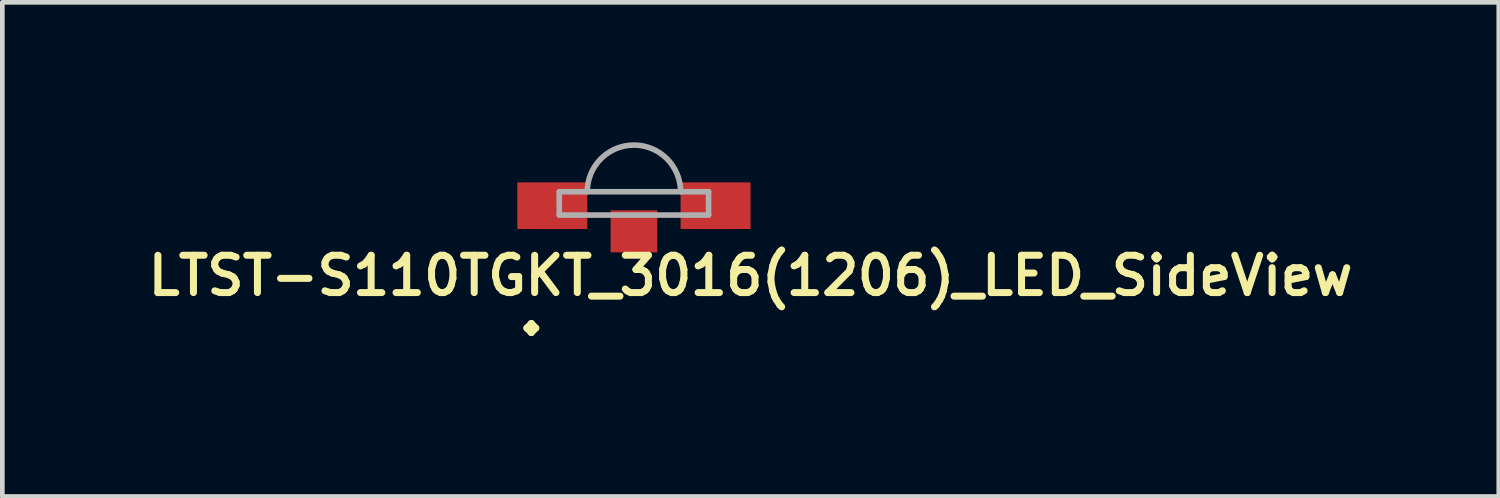
<source format=kicad_pcb>
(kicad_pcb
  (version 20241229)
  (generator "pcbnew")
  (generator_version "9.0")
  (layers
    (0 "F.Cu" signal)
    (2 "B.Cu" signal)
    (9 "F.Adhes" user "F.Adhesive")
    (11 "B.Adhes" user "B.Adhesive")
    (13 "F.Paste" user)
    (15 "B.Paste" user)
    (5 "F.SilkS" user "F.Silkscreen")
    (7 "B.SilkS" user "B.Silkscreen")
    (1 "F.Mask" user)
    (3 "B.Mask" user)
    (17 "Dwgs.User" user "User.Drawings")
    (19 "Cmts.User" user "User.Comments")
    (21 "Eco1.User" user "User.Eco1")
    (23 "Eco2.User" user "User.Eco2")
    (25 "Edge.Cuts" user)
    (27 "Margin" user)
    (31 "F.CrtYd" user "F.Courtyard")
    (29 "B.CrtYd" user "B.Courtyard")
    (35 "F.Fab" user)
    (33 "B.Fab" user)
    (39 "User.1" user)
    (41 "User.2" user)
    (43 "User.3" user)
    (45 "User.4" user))
  (footprint "LTST-S110TGKT_3016(1206)_LED_SideView"
    (layer "F.Cu")
    (at 10.54 1.36)
    (property "Reference" "LTST-S110TGKT_3016(1206)_LED_SideView" (at 2.5 1.5 180) (layer "F.SilkS") (effects (font (size 0.8 0.8) (thickness 0.15))))
    (attr through_hole)
    (fp_line (start -1.6 -0.3) (end -1.6 0.2) (stroke (width 0.12) (type solid)) (layer "F.Fab"))
    (fp_line (start -1.6 0.2) (end 1.6 0.2) (stroke (width 0.12) (type solid)) (layer "F.Fab"))
    (fp_line (start 1.6 -0.3) (end -1.6 -0.3) (stroke (width 0.12) (type solid)) (layer "F.Fab"))
    (fp_line (start 1.6 0.2) (end 1.6 -0.3) (stroke (width 0.12) (type solid)) (layer "F.Fab"))
    (fp_arc (start -1 -0.3) (mid 0 -1.3) (end 1 -0.3) (stroke (width 0.12) (type solid)) (layer "F.Fab"))
    (fp_text user "." (at -2.2 1.8 180) (layer "F.SilkS") (effects (font (size 2 2) (thickness 0.15))))
    (pad "" smd rect (at 0 0.55) (size 1 0.9) (layers "F.Cu" "F.Mask" "F.Paste"))
    (pad "1" smd rect (at -1.75 0) (size 1.5 1) (layers "F.Cu" "F.Mask" "F.Paste"))
    (pad "2" smd rect (at 1.75 0) (size 1.5 1) (layers "F.Cu" "F.Mask" "F.Paste")))
  (gr_rect
    (start -3 -3)
    (end 29.08 7.593)
    (stroke (width 0.1) (type default))
    (fill no)
    (layer "Edge.Cuts")))
</source>
